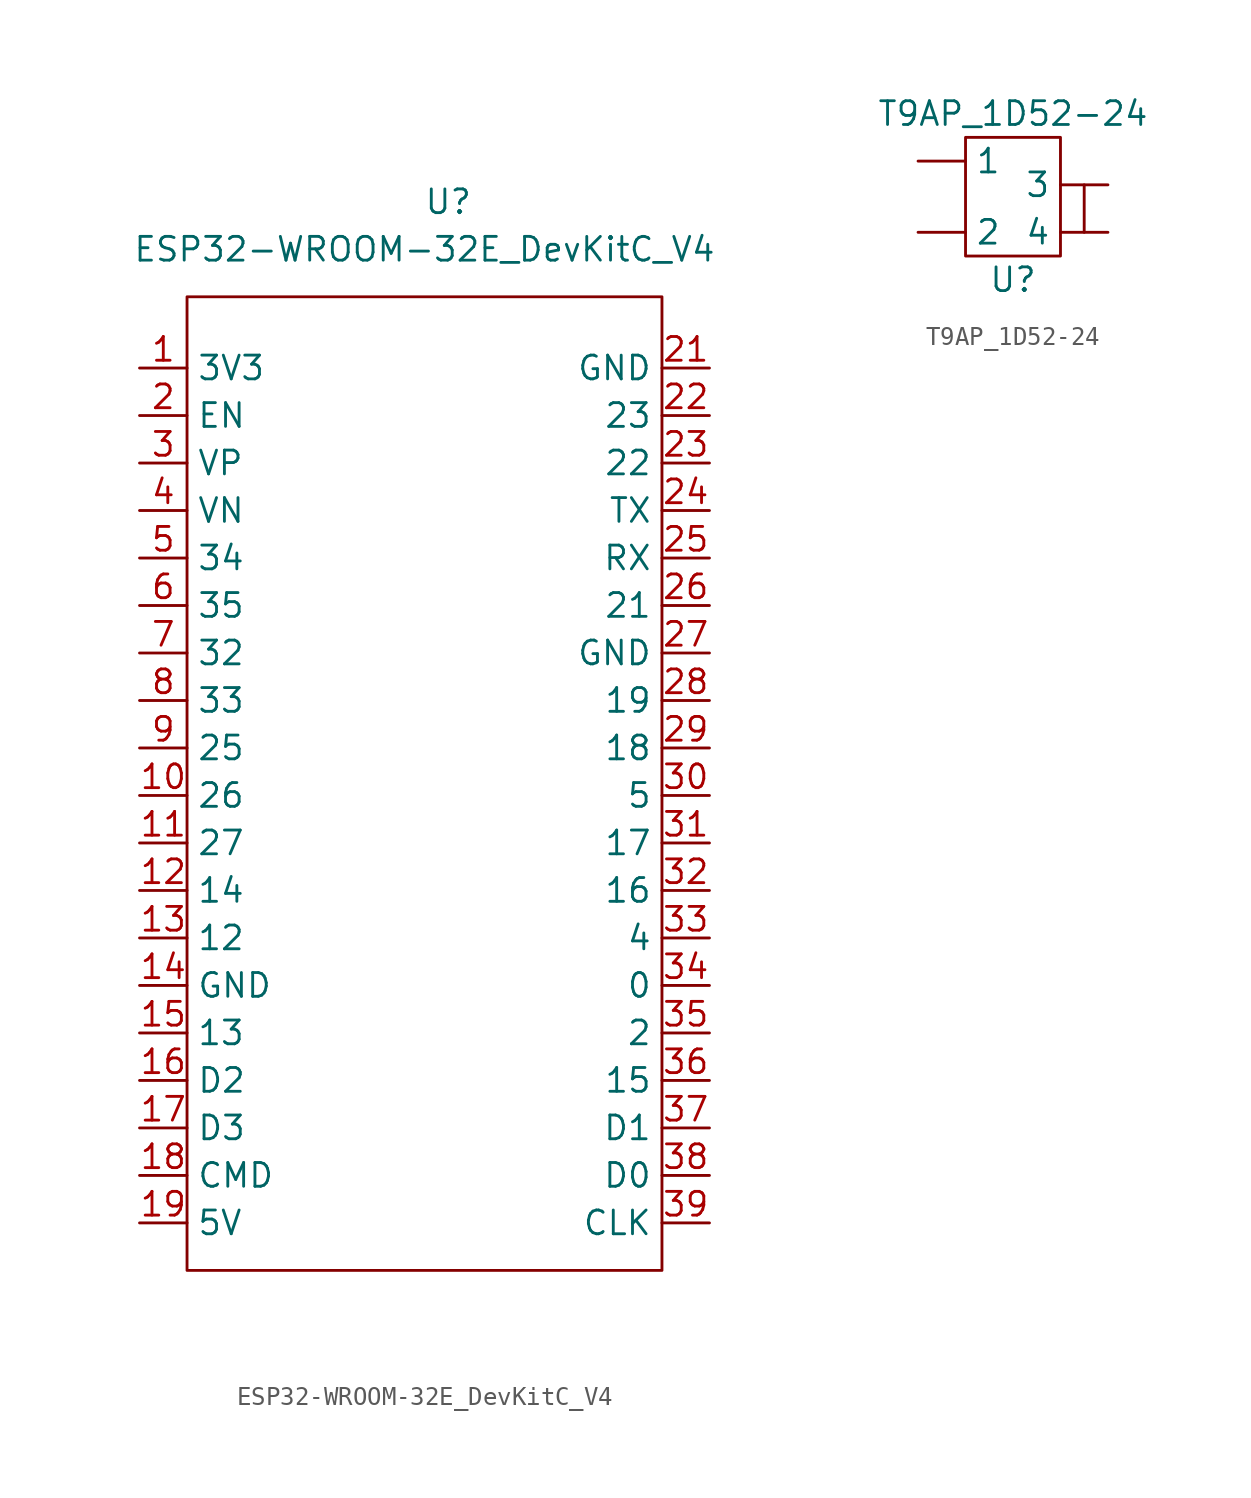
<source format=kicad_sym>
(kicad_symbol_lib
  (version 20211014)
  (generator kicad_symbol_editor)
  (symbol "ESP32-WROOM-32E_DevKitC_V4"
    (property "Reference" "U"
      (at 1.27 27.94 0)
      (effects (font (size 1.27 1.27))))
    (property "Value" "ESP32-WROOM-32E_DevKitC_V4"
      (at 0 25.4 0)
      (effects (font (size 1.27 1.27))))
    (symbol "ESP32-WROOM-32E_DevKitC_V4_0_0"
      (pin unspecified line (at -15.24 19.05 0) (length 2.54) (name "3V3" (effects (font (size 1.27 1.27)))) (number "1" (effects (font (size 1.27 1.27)))))
      (pin unspecified line (at -15.24 -3.81 0) (length 2.54) (name "26" (effects (font (size 1.27 1.27)))) (number "10" (effects (font (size 1.27 1.27)))))
      (pin unspecified line (at -15.24 -6.35 0) (length 2.54) (name "27" (effects (font (size 1.27 1.27)))) (number "11" (effects (font (size 1.27 1.27)))))
      (pin unspecified line (at -15.24 -8.89 0) (length 2.54) (name "14" (effects (font (size 1.27 1.27)))) (number "12" (effects (font (size 1.27 1.27)))))
      (pin unspecified line (at -15.24 -11.43 0) (length 2.54) (name "12" (effects (font (size 1.27 1.27)))) (number "13" (effects (font (size 1.27 1.27)))))
      (pin unspecified line (at -15.24 -13.97 0) (length 2.54) (name "GND" (effects (font (size 1.27 1.27)))) (number "14" (effects (font (size 1.27 1.27)))))
      (pin unspecified line (at -15.24 -16.51 0) (length 2.54) (name "13" (effects (font (size 1.27 1.27)))) (number "15" (effects (font (size 1.27 1.27)))))
      (pin unspecified line (at -15.24 -19.05 0) (length 2.54) (name "D2" (effects (font (size 1.27 1.27)))) (number "16" (effects (font (size 1.27 1.27)))))
      (pin unspecified line (at -15.24 -21.59 0) (length 2.54) (name "D3" (effects (font (size 1.27 1.27)))) (number "17" (effects (font (size 1.27 1.27)))))
      (pin unspecified line (at -15.24 -24.13 0) (length 2.54) (name "CMD" (effects (font (size 1.27 1.27)))) (number "18" (effects (font (size 1.27 1.27)))))
      (pin unspecified line (at -15.24 -26.67 0) (length 2.54) (name "5V" (effects (font (size 1.27 1.27)))) (number "19" (effects (font (size 1.27 1.27)))))
      (pin unspecified line (at -15.24 16.51 0) (length 2.54) (name "EN" (effects (font (size 1.27 1.27)))) (number "2" (effects (font (size 1.27 1.27)))))
      (pin unspecified line (at 15.24 19.05 180) (length 2.54) (name "GND" (effects (font (size 1.27 1.27)))) (number "21" (effects (font (size 1.27 1.27)))))
      (pin unspecified line (at 15.24 16.51 180) (length 2.54) (name "23" (effects (font (size 1.27 1.27)))) (number "22" (effects (font (size 1.27 1.27)))))
      (pin unspecified line (at 15.24 13.97 180) (length 2.54) (name "22" (effects (font (size 1.27 1.27)))) (number "23" (effects (font (size 1.27 1.27)))))
      (pin unspecified line (at 15.24 11.43 180) (length 2.54) (name "TX" (effects (font (size 1.27 1.27)))) (number "24" (effects (font (size 1.27 1.27)))))
      (pin unspecified line (at 15.24 8.89 180) (length 2.54) (name "RX" (effects (font (size 1.27 1.27)))) (number "25" (effects (font (size 1.27 1.27)))))
      (pin unspecified line (at 15.24 6.35 180) (length 2.54) (name "21" (effects (font (size 1.27 1.27)))) (number "26" (effects (font (size 1.27 1.27)))))
      (pin unspecified line (at 15.24 3.81 180) (length 2.54) (name "GND" (effects (font (size 1.27 1.27)))) (number "27" (effects (font (size 1.27 1.27)))))
      (pin unspecified line (at 15.24 1.27 180) (length 2.54) (name "19" (effects (font (size 1.27 1.27)))) (number "28" (effects (font (size 1.27 1.27)))))
      (pin unspecified line (at 15.24 -1.27 180) (length 2.54) (name "18" (effects (font (size 1.27 1.27)))) (number "29" (effects (font (size 1.27 1.27)))))
      (pin unspecified line (at -15.24 13.97 0) (length 2.54) (name "VP" (effects (font (size 1.27 1.27)))) (number "3" (effects (font (size 1.27 1.27)))))
      (pin unspecified line (at 15.24 -3.81 180) (length 2.54) (name "5" (effects (font (size 1.27 1.27)))) (number "30" (effects (font (size 1.27 1.27)))))
      (pin unspecified line (at 15.24 -6.35 180) (length 2.54) (name "17" (effects (font (size 1.27 1.27)))) (number "31" (effects (font (size 1.27 1.27)))))
      (pin unspecified line (at 15.24 -8.89 180) (length 2.54) (name "16" (effects (font (size 1.27 1.27)))) (number "32" (effects (font (size 1.27 1.27)))))
      (pin unspecified line (at 15.24 -11.43 180) (length 2.54) (name "4" (effects (font (size 1.27 1.27)))) (number "33" (effects (font (size 1.27 1.27)))))
      (pin unspecified line (at 15.24 -13.97 180) (length 2.54) (name "0" (effects (font (size 1.27 1.27)))) (number "34" (effects (font (size 1.27 1.27)))))
      (pin unspecified line (at 15.24 -16.51 180) (length 2.54) (name "2" (effects (font (size 1.27 1.27)))) (number "35" (effects (font (size 1.27 1.27)))))
      (pin unspecified line (at 15.24 -19.05 180) (length 2.54) (name "15" (effects (font (size 1.27 1.27)))) (number "36" (effects (font (size 1.27 1.27)))))
      (pin unspecified line (at 15.24 -21.59 180) (length 2.54) (name "D1" (effects (font (size 1.27 1.27)))) (number "37" (effects (font (size 1.27 1.27)))))
      (pin unspecified line (at 15.24 -24.13 180) (length 2.54) (name "D0" (effects (font (size 1.27 1.27)))) (number "38" (effects (font (size 1.27 1.27)))))
      (pin unspecified line (at 15.24 -26.67 180) (length 2.54) (name "CLK" (effects (font (size 1.27 1.27)))) (number "39" (effects (font (size 1.27 1.27)))))
      (pin unspecified line (at -15.24 11.43 0) (length 2.54) (name "VN" (effects (font (size 1.27 1.27)))) (number "4" (effects (font (size 1.27 1.27)))))
      (pin unspecified line (at -15.24 8.89 0) (length 2.54) (name "34" (effects (font (size 1.27 1.27)))) (number "5" (effects (font (size 1.27 1.27)))))
      (pin unspecified line (at -15.24 6.35 0) (length 2.54) (name "35" (effects (font (size 1.27 1.27)))) (number "6" (effects (font (size 1.27 1.27)))))
      (pin unspecified line (at -15.24 3.81 0) (length 2.54) (name "32" (effects (font (size 1.27 1.27)))) (number "7" (effects (font (size 1.27 1.27)))))
      (pin unspecified line (at -15.24 1.27 0) (length 2.54) (name "33" (effects (font (size 1.27 1.27)))) (number "8" (effects (font (size 1.27 1.27)))))
      (pin unspecified line (at -15.24 -1.27 0) (length 2.54) (name "25" (effects (font (size 1.27 1.27)))) (number "9" (effects (font (size 1.27 1.27))))))
    (symbol "ESP32-WROOM-32E_DevKitC_V4_0_1"
      (rectangle (start -12.7 22.86) (end 12.7 -29.21) (stroke (width 0) (type default) (color 0 0 0 0)) (fill (type none)))))
  (symbol "T9AP_1D52-24"
    (property "Reference" "U"
      (at 0 -3.81 0)
      (effects (font (size 1.27 1.27))))
    (property "Value" "T9AP_1D52-24"
      (at 0 5.08 0)
      (effects (font (size 1.27 1.27))))
    (symbol "T9AP_1D52-24_0_1"
      (rectangle (start -2.54 3.81) (end 2.54 -2.54) (stroke (width 0) (type default) (color 0 0 0 0)) (fill (type none)))
      (polyline (pts (xy 3.81 1.27) (xy 3.81 -1.27)) (stroke (width 0) (type default) (color 0 0 0 0)) (fill (type none))))
    (symbol "T9AP_1D52-24_1_1"
      (pin passive line (at -5.08 2.54 0) (length 2.54) (name "1" (effects (font (size 1.27 1.27)))) (number "" (effects (font (size 1.27 1.27)))))
      (pin passive line (at -5.08 -1.27 0) (length 2.54) (name "2" (effects (font (size 1.27 1.27)))) (number "" (effects (font (size 1.27 1.27)))))
      (pin passive line (at 5.08 1.27 180) (length 2.54) (name "3" (effects (font (size 1.27 1.27)))) (number "" (effects (font (size 1.27 1.27)))))
      (pin passive line (at 5.08 -1.27 180) (length 2.54) (name "4" (effects (font (size 1.27 1.27)))) (number "" (effects (font (size 1.27 1.27))))))))
</source>
